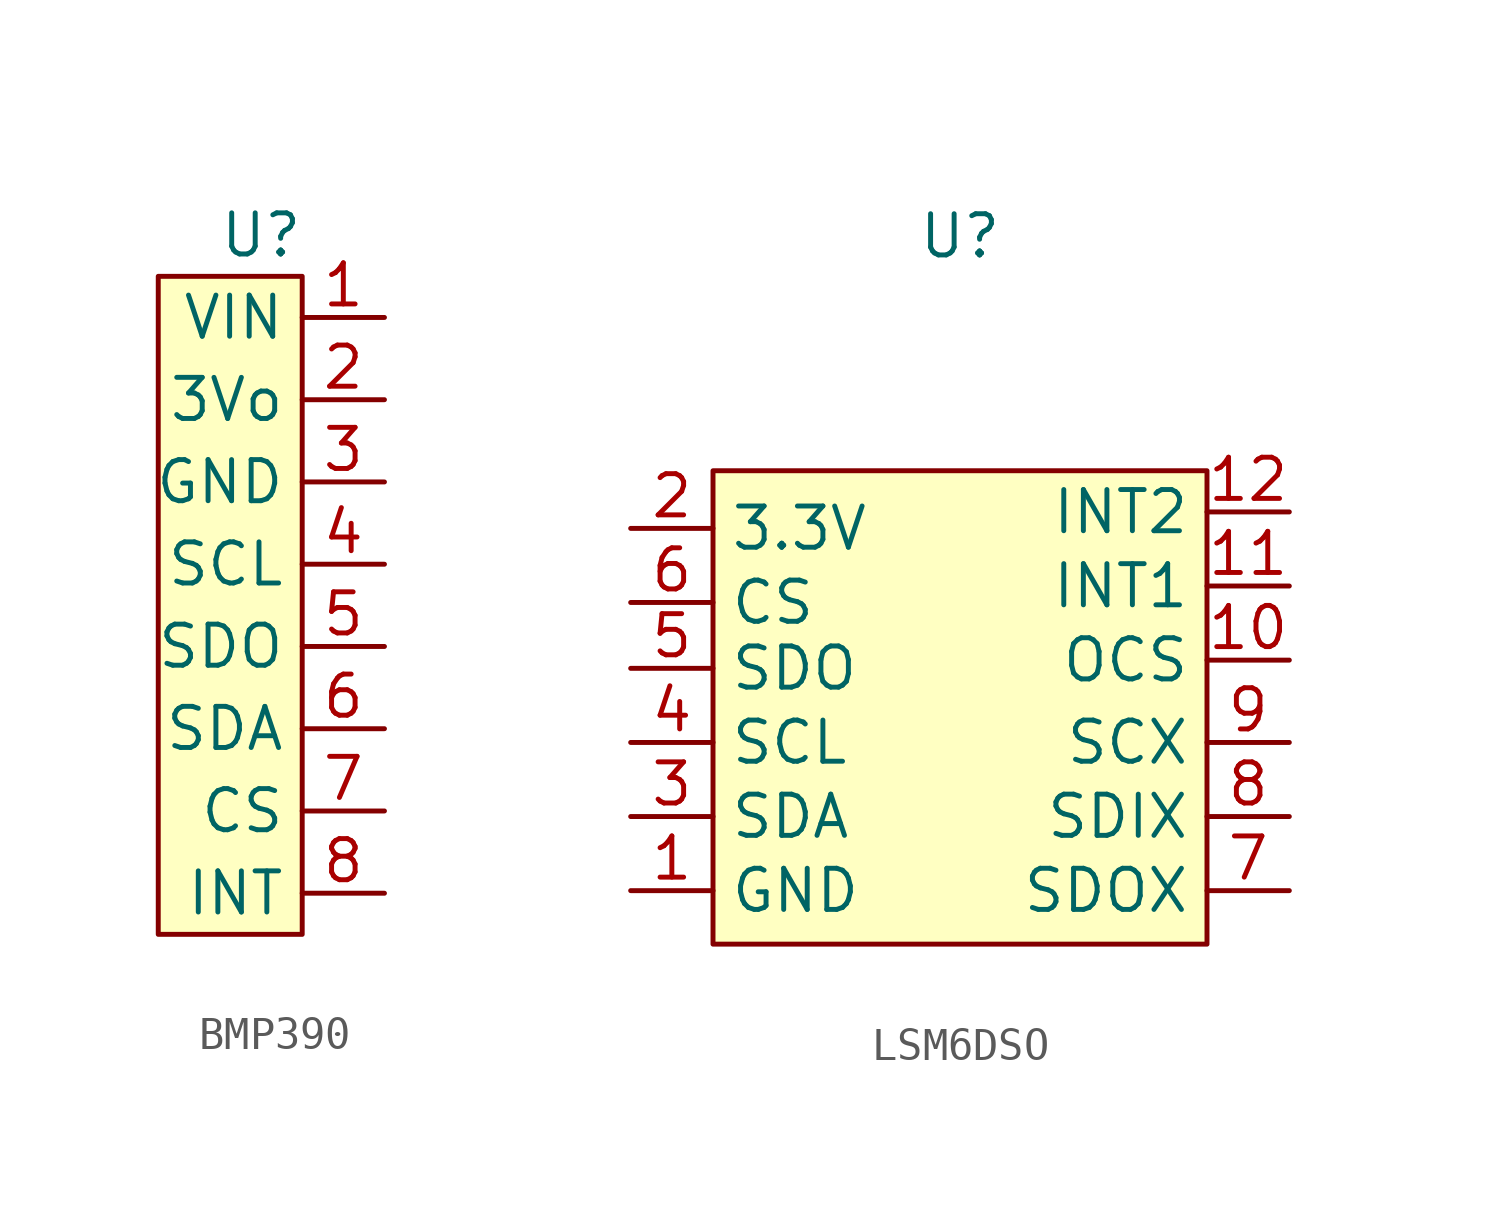
<source format=kicad_sym>
(kicad_symbol_lib
  (version 20220914)
  (generator kicad_symbol_editor)
  (symbol "BMP390"
    (property "Reference" "U"
      (at 0 0 0)
      (effects (font (size 1.27 1.27))))
    (property "Value" ""
      (at 0 0 0)
      (effects (font (size 1.27 1.27))))
    (symbol "BMP390_1_1"
      (rectangle (start -3.175 -1.27) (end 1.27 -21.59) (stroke (width 0) (type default)) (fill (type background)))
      (pin input line (at 3.81 -2.54 180) (length 2.54) (name "VIN" (effects (font (size 1.27 1.27)))) (number "1" (effects (font (size 1.27 1.27)))))
      (pin input line (at 3.81 -5.08 180) (length 2.54) (name "3Vo" (effects (font (size 1.27 1.27)))) (number "2" (effects (font (size 1.27 1.27)))))
      (pin input line (at 3.81 -7.62 180) (length 2.54) (name "GND" (effects (font (size 1.27 1.27)))) (number "3" (effects (font (size 1.27 1.27)))))
      (pin input line (at 3.81 -10.16 180) (length 2.54) (name "SCL" (effects (font (size 1.27 1.27)))) (number "4" (effects (font (size 1.27 1.27)))))
      (pin input line (at 3.81 -12.7 180) (length 2.54) (name "SDO" (effects (font (size 1.27 1.27)))) (number "5" (effects (font (size 1.27 1.27)))))
      (pin input line (at 3.81 -15.24 180) (length 2.54) (name "SDA" (effects (font (size 1.27 1.27)))) (number "6" (effects (font (size 1.27 1.27)))))
      (pin input line (at 3.81 -17.78 180) (length 2.54) (name "CS" (effects (font (size 1.27 1.27)))) (number "7" (effects (font (size 1.27 1.27)))))
      (pin input line (at 3.81 -20.32 180) (length 2.54) (name "INT" (effects (font (size 1.27 1.27)))) (number "8" (effects (font (size 1.27 1.27)))))))
  (symbol "LSM6DSO"
    (property "Reference" "U"
      (at 0 5.715 0)
      (effects (font (size 1.27 1.27))))
    (property "Value" ""
      (at -2.54 0.635 0)
      (effects (font (size 1.27 1.27))))
    (symbol "LSM6DSO_1_1"
      (rectangle (start -7.62 -1.524) (end 7.62 -16.129) (stroke (width 0) (type default)) (fill (type background)))
      (pin input line (at -10.16 -14.478 0) (length 2.54) (name "GND" (effects (font (size 1.27 1.27)))) (number "1" (effects (font (size 1.27 1.27)))))
      (pin input line (at 10.16 -7.366 180) (length 2.54) (name "OCS" (effects (font (size 1.27 1.27)))) (number "10" (effects (font (size 1.27 1.27)))))
      (pin input line (at 10.16 -5.08 180) (length 2.54) (name "INT1" (effects (font (size 1.27 1.27)))) (number "11" (effects (font (size 1.27 1.27)))))
      (pin input line (at 10.16 -2.794 180) (length 2.54) (name "INT2" (effects (font (size 1.27 1.27)))) (number "12" (effects (font (size 1.27 1.27)))))
      (pin input line (at -10.16 -3.302 0) (length 2.54) (name "3.3V" (effects (font (size 1.27 1.27)))) (number "2" (effects (font (size 1.27 1.27)))))
      (pin input line (at -10.16 -12.192 0) (length 2.54) (name "SDA" (effects (font (size 1.27 1.27)))) (number "3" (effects (font (size 1.27 1.27)))))
      (pin input line (at -10.16 -9.906 0) (length 2.54) (name "SCL" (effects (font (size 1.27 1.27)))) (number "4" (effects (font (size 1.27 1.27)))))
      (pin input line (at -10.16 -7.62 0) (length 2.54) (name "SDO" (effects (font (size 1.27 1.27)))) (number "5" (effects (font (size 1.27 1.27)))))
      (pin input line (at -10.16 -5.588 0) (length 2.54) (name "CS" (effects (font (size 1.27 1.27)))) (number "6" (effects (font (size 1.27 1.27)))))
      (pin input line (at 10.16 -14.478 180) (length 2.54) (name "SDOX" (effects (font (size 1.27 1.27)))) (number "7" (effects (font (size 1.27 1.27)))))
      (pin input line (at 10.16 -12.192 180) (length 2.54) (name "SDIX" (effects (font (size 1.27 1.27)))) (number "8" (effects (font (size 1.27 1.27)))))
      (pin input line (at 10.16 -9.906 180) (length 2.54) (name "SCX" (effects (font (size 1.27 1.27)))) (number "9" (effects (font (size 1.27 1.27))))))))
</source>
